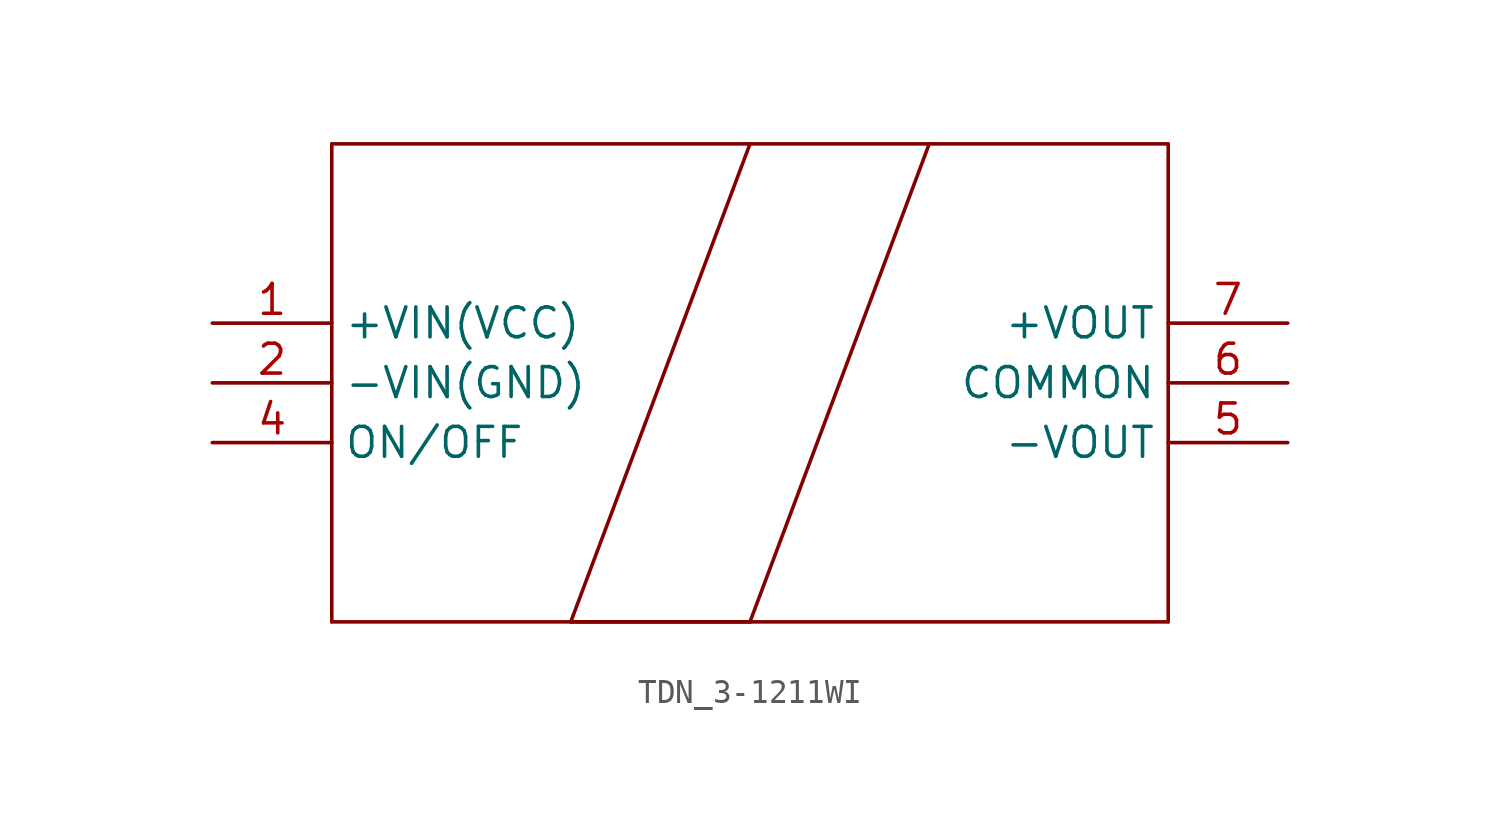
<source format=kicad_sym>
(kicad_symbol_lib
  (version 20220914)
  (generator kicad_symbol_editor)
  (symbol "TDN_3-1211WI"
    (property "Reference" "U"
      (at -17.424 14.199 0)
      (effects (font (size 2.083 1.77)) (justify left bottom) hide))
    (property "ki_locked" ""
      (at 0 0 0)
      (effects (font (size 1.27 1.27))))
    (symbol "TDN_3-1211WI_1_0"
      (polyline (pts (xy -17.78 -10.16) (xy -7.62 -10.16)) (stroke (width 0.152) (type solid)) (fill (type none)))
      (polyline (pts (xy -17.78 10.16) (xy -17.78 -10.16)) (stroke (width 0.152) (type solid)) (fill (type none)))
      (polyline (pts (xy -7.62 -10.16) (xy 0 -10.16)) (stroke (width 0.152) (type solid)) (fill (type none)))
      (polyline (pts (xy -7.62 -10.16) (xy 0 10.16)) (stroke (width 0.152) (type solid)) (fill (type none)))
      (polyline (pts (xy 0 -10.16) (xy -7.62 -10.16)) (stroke (width 0.152) (type solid)) (fill (type none)))
      (polyline (pts (xy 0 -10.16) (xy 17.78 -10.16)) (stroke (width 0.152) (type solid)) (fill (type none)))
      (polyline (pts (xy 0 10.16) (xy -17.78 10.16)) (stroke (width 0.152) (type solid)) (fill (type none)))
      (polyline (pts (xy 7.62 10.16) (xy 0 -10.16)) (stroke (width 0.152) (type solid)) (fill (type none)))
      (polyline (pts (xy 7.62 10.16) (xy 0 10.16)) (stroke (width 0.152) (type solid)) (fill (type none)))
      (polyline (pts (xy 17.78 -10.16) (xy 17.78 10.16)) (stroke (width 0.152) (type solid)) (fill (type none)))
      (polyline (pts (xy 17.78 10.16) (xy 7.62 10.16)) (stroke (width 0.152) (type solid)) (fill (type none)))
      (pin power_in line (at -22.86 2.54 0) (length 5.08) (name "+VIN(VCC)" (effects (font (size 1.27 1.27)))) (number "1" (effects (font (size 1.27 1.27)))))
      (pin passive line (at -22.86 0 0) (length 5.08) (name "-VIN(GND)" (effects (font (size 1.27 1.27)))) (number "2" (effects (font (size 1.27 1.27)))))
      (pin bidirectional line (at -22.86 -2.54 0) (length 5.08) (name "ON/OFF" (effects (font (size 1.27 1.27)))) (number "4" (effects (font (size 1.27 1.27)))))
      (pin output line (at 22.86 -2.54 180) (length 5.08) (name "-VOUT" (effects (font (size 1.27 1.27)))) (number "5" (effects (font (size 1.27 1.27)))))
      (pin output line (at 22.86 0 180) (length 5.08) (name "COMMON" (effects (font (size 1.27 1.27)))) (number "6" (effects (font (size 1.27 1.27)))))
      (pin output line (at 22.86 2.54 180) (length 5.08) (name "+VOUT" (effects (font (size 1.27 1.27)))) (number "7" (effects (font (size 1.27 1.27))))))))
</source>
